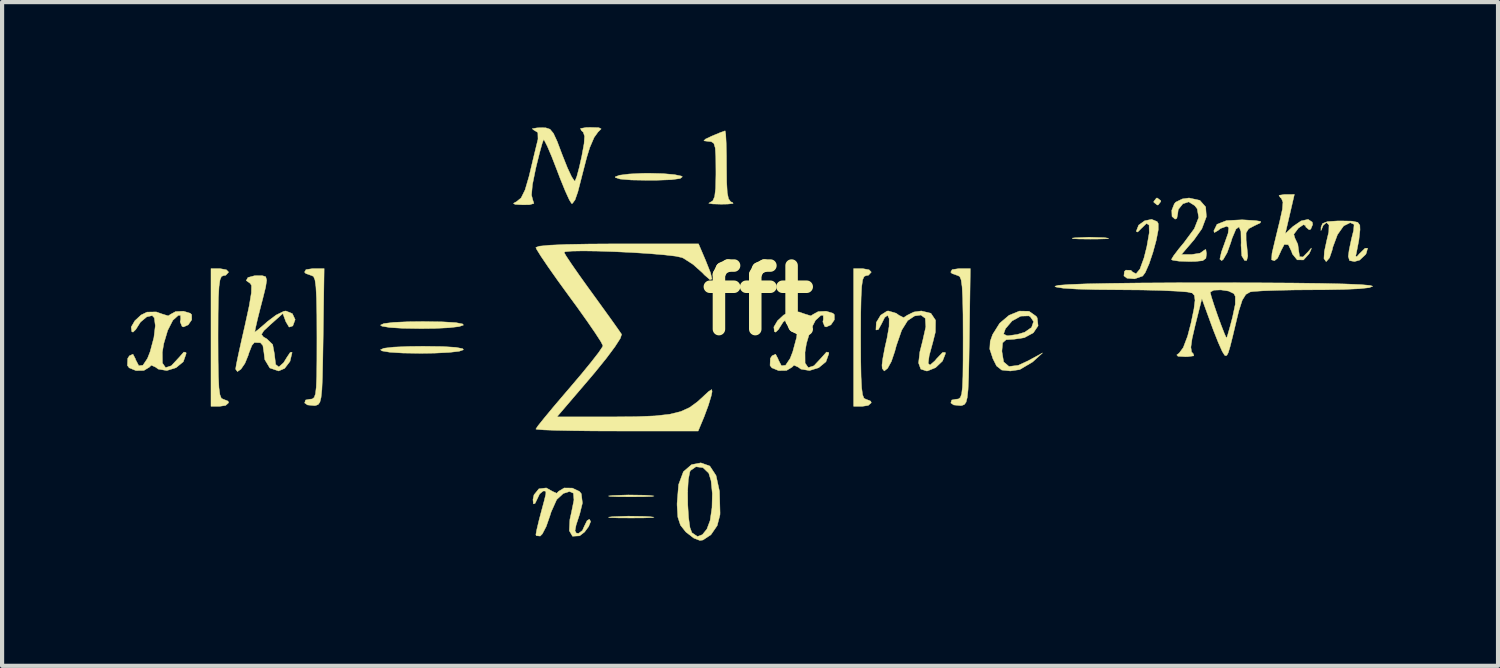
<source format=kicad_pcb>
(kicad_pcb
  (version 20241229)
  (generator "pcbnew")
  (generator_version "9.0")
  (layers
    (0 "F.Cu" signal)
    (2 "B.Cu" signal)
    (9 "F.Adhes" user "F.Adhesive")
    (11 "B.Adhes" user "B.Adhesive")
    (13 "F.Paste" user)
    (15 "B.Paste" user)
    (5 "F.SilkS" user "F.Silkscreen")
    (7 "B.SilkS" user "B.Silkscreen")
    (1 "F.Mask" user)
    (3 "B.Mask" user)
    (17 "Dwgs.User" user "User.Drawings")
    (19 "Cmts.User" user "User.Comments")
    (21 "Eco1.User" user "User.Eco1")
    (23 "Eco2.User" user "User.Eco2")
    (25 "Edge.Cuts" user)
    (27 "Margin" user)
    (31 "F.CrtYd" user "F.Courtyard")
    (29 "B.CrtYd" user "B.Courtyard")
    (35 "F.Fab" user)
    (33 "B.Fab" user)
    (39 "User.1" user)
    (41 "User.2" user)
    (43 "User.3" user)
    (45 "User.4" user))
  (footprint "fft"
    (layer "F.Cu")
    (at 15.132 4.152)
    (property "Reference" "fft" (at 0 0 0) (layer "F.SilkS") (effects (font (size 1.524 1.524) (thickness 0.3))))
    (attr through_hole)
    (fp_poly (pts (xy 9.65 -2.391) (xy 9.652 -2.371) (xy 9.588 -2.288) (xy 9.567 -2.286) (xy 9.485 -2.35) (xy 9.483 -2.371) (xy 9.547 -2.453) (xy 9.567 -2.455) (xy 9.65 -2.391)) (stroke (width 0.01) (type solid)) (fill yes) (layer "F.SilkS"))
    (fp_poly (pts (xy -2.724 4.672) (xy -2.603 4.679) (xy -2.501 4.691) (xy -2.553 4.701) (xy -2.744 4.708) (xy -3.048 4.71) (xy -3.36 4.708) (xy -3.547 4.701) (xy -3.594 4.691) (xy -3.493 4.679) (xy -3.121 4.666) (xy -2.724 4.672)) (stroke (width 0.01) (type solid)) (fill yes) (layer "F.SilkS"))
    (fp_poly (pts (xy -2.724 5.18) (xy -2.603 5.187) (xy -2.501 5.199) (xy -2.553 5.209) (xy -2.744 5.216) (xy -3.048 5.218) (xy -3.36 5.216) (xy -3.547 5.209) (xy -3.594 5.199) (xy -3.493 5.187) (xy -3.121 5.174) (xy -2.724 5.18)) (stroke (width 0.01) (type solid)) (fill yes) (layer "F.SilkS"))
    (fp_poly (pts (xy 8.283 -1.504) (xy 8.319 -1.501) (xy 8.403 -1.487) (xy 8.335 -1.476) (xy 8.13 -1.47) (xy 7.959 -1.469) (xy 7.684 -1.472) (xy 7.536 -1.481) (xy 7.531 -1.493) (xy 7.599 -1.501) (xy 7.936 -1.515) (xy 8.283 -1.504)) (stroke (width 0.01) (type solid)) (fill yes) (layer "F.SilkS"))
    (fp_poly (pts (xy -7.57 0.515) (xy -7.251 0.534) (xy -7.088 0.566) (xy -7.07 0.593) (xy -7.173 0.628) (xy -7.413 0.656) (xy -7.76 0.673) (xy -8.091 0.677) (xy -8.522 0.67) (xy -8.84 0.65) (xy -9.023 0.619) (xy -9.059 0.593) (xy -8.978 0.556) (xy -8.747 0.528) (xy -8.385 0.512) (xy -8.038 0.508) (xy -7.57 0.515)) (stroke (width 0.01) (type solid)) (fill yes) (layer "F.SilkS"))
    (fp_poly (pts (xy -7.57 1.107) (xy -7.251 1.127) (xy -7.088 1.158) (xy -7.07 1.185) (xy -7.173 1.221) (xy -7.413 1.248) (xy -7.76 1.265) (xy -8.091 1.27) (xy -8.522 1.263) (xy -8.84 1.243) (xy -9.023 1.212) (xy -9.059 1.185) (xy -8.978 1.148) (xy -8.747 1.121) (xy -8.385 1.105) (xy -8.038 1.101) (xy -7.57 1.107)) (stroke (width 0.01) (type solid)) (fill yes) (layer "F.SilkS"))
    (fp_poly (pts (xy -2.284 -3.039) (xy -2.011 -3.015) (xy -1.847 -2.981) (xy -1.82 -2.963) (xy -1.873 -2.922) (xy -2.086 -2.893) (xy -2.449 -2.88) (xy -2.625 -2.879) (xy -3.042 -2.886) (xy -3.313 -2.909) (xy -3.428 -2.946) (xy -3.429 -2.963) (xy -3.326 -3.001) (xy -3.096 -3.03) (xy -2.779 -3.046) (xy -2.625 -3.048) (xy -2.284 -3.039)) (stroke (width 0.01) (type solid)) (fill yes) (layer "F.SilkS"))
    (fp_poly (pts (xy -12.753 -0.733) (xy -12.7 -0.677) (xy -12.769 -0.602) (xy -12.827 -0.593) (xy -12.873 -0.571) (xy -12.907 -0.491) (xy -12.93 -0.332) (xy -12.945 -0.07) (xy -12.952 0.315) (xy -12.954 0.846) (xy -12.954 0.889) (xy -12.952 1.431) (xy -12.945 1.826) (xy -12.932 2.095) (xy -12.909 2.261) (xy -12.876 2.346) (xy -12.831 2.371) (xy -12.827 2.371) (xy -12.714 2.416) (xy -12.7 2.455) (xy -12.772 2.519) (xy -12.912 2.54) (xy -13.123 2.54) (xy -13.123 -0.762) (xy -12.912 -0.762) (xy -12.753 -0.733)) (stroke (width 0.01) (type solid)) (fill yes) (layer "F.SilkS"))
    (fp_poly (pts (xy 2.657 -0.733) (xy 2.709 -0.677) (xy 2.641 -0.602) (xy 2.582 -0.593) (xy 2.536 -0.571) (xy 2.502 -0.491) (xy 2.479 -0.332) (xy 2.465 -0.07) (xy 2.457 0.315) (xy 2.455 0.846) (xy 2.455 0.889) (xy 2.457 1.431) (xy 2.464 1.826) (xy 2.478 2.095) (xy 2.5 2.261) (xy 2.533 2.346) (xy 2.579 2.371) (xy 2.582 2.371) (xy 2.695 2.416) (xy 2.709 2.455) (xy 2.637 2.519) (xy 2.498 2.54) (xy 2.286 2.54) (xy 2.286 -0.762) (xy 2.498 -0.762) (xy 2.657 -0.733)) (stroke (width 0.01) (type solid)) (fill yes) (layer "F.SilkS"))
    (fp_poly (pts (xy 9.563 -1.889) (xy 9.59 -1.841) (xy 9.59 -1.691) (xy 9.542 -1.442) (xy 9.463 -1.152) (xy 9.37 -0.875) (xy 9.277 -0.665) (xy 9.216 -0.583) (xy 9.023 -0.516) (xy 8.841 -0.531) (xy 8.767 -0.587) (xy 8.779 -0.694) (xy 8.813 -0.725) (xy 8.935 -0.721) (xy 8.97 -0.684) (xy 9.057 -0.637) (xy 9.151 -0.751) (xy 9.249 -1.02) (xy 9.317 -1.292) (xy 9.374 -1.619) (xy 9.37 -1.805) (xy 9.308 -1.845) (xy 9.189 -1.73) (xy 9.188 -1.729) (xy 9.096 -1.638) (xy 9.062 -1.655) (xy 9.12 -1.804) (xy 9.264 -1.908) (xy 9.431 -1.943) (xy 9.563 -1.889)) (stroke (width 0.01) (type solid)) (fill yes) (layer "F.SilkS"))
    (fp_poly (pts (xy -0.781 -3.985) (xy -0.77 -3.773) (xy -0.763 -3.464) (xy -0.762 -3.224) (xy -0.758 -2.834) (xy -0.744 -2.581) (xy -0.714 -2.436) (xy -0.662 -2.365) (xy -0.614 -2.344) (xy -0.603 -2.323) (xy -0.732 -2.309) (xy -0.889 -2.306) (xy -1.098 -2.312) (xy -1.188 -2.329) (xy -1.164 -2.344) (xy -1.091 -2.387) (xy -1.046 -2.49) (xy -1.023 -2.687) (xy -1.016 -3.013) (xy -1.016 -3.097) (xy -1.019 -3.444) (xy -1.032 -3.655) (xy -1.066 -3.765) (xy -1.129 -3.806) (xy -1.206 -3.813) (xy -1.305 -3.826) (xy -1.266 -3.868) (xy -1.112 -3.94) (xy -0.918 -4.021) (xy -0.803 -4.063) (xy -0.795 -4.064) (xy -0.781 -3.985)) (stroke (width 0.01) (type solid)) (fill yes) (layer "F.SilkS"))
    (fp_poly (pts (xy -10.433 0.868) (xy -10.442 1.431) (xy -10.451 1.847) (xy -10.464 2.139) (xy -10.484 2.329) (xy -10.512 2.441) (xy -10.553 2.497) (xy -10.609 2.519) (xy -10.639 2.524) (xy -10.808 2.508) (xy -10.877 2.46) (xy -10.855 2.389) (xy -10.758 2.371) (xy -10.695 2.364) (xy -10.649 2.329) (xy -10.618 2.243) (xy -10.599 2.081) (xy -10.588 1.82) (xy -10.584 1.438) (xy -10.583 0.911) (xy -10.583 0.889) (xy -10.585 0.344) (xy -10.593 -0.053) (xy -10.607 -0.324) (xy -10.63 -0.49) (xy -10.664 -0.572) (xy -10.705 -0.593) (xy -10.849 -0.644) (xy -10.88 -0.677) (xy -10.846 -0.737) (xy -10.681 -0.762) (xy -10.671 -0.762) (xy -10.41 -0.762) (xy -10.433 0.868)) (stroke (width 0.01) (type solid)) (fill yes) (layer "F.SilkS"))
    (fp_poly (pts (xy 5.061 0.868) (xy 5.052 1.431) (xy 5.043 1.847) (xy 5.03 2.139) (xy 5.01 2.329) (xy 4.982 2.441) (xy 4.941 2.497) (xy 4.885 2.519) (xy 4.855 2.524) (xy 4.686 2.508) (xy 4.617 2.46) (xy 4.639 2.389) (xy 4.736 2.371) (xy 4.799 2.364) (xy 4.845 2.329) (xy 4.876 2.243) (xy 4.895 2.081) (xy 4.906 1.82) (xy 4.91 1.438) (xy 4.911 0.911) (xy 4.911 0.889) (xy 4.909 0.344) (xy 4.901 -0.053) (xy 4.887 -0.324) (xy 4.864 -0.49) (xy 4.83 -0.572) (xy 4.789 -0.593) (xy 4.645 -0.644) (xy 4.614 -0.677) (xy 4.648 -0.737) (xy 4.813 -0.762) (xy 4.823 -0.762) (xy 5.084 -0.762) (xy 5.061 0.868)) (stroke (width 0.01) (type solid)) (fill yes) (layer "F.SilkS"))
    (fp_poly (pts (xy 10.588 -2.398) (xy 10.727 -2.24) (xy 10.744 -2.006) (xy 10.636 -1.718) (xy 10.45 -1.455) (xy 10.147 -1.101) (xy 10.4 -1.101) (xy 10.594 -1.132) (xy 10.697 -1.206) (xy 10.731 -1.221) (xy 10.746 -1.122) (xy 10.733 -1.009) (xy 10.657 -0.952) (xy 10.475 -0.933) (xy 10.329 -0.931) (xy 10.088 -0.94) (xy 9.935 -0.963) (xy 9.906 -0.981) (xy 9.957 -1.068) (xy 10.087 -1.239) (xy 10.205 -1.381) (xy 10.455 -1.719) (xy 10.56 -1.986) (xy 10.525 -2.194) (xy 10.466 -2.271) (xy 10.322 -2.362) (xy 10.18 -2.316) (xy 10.07 -2.179) (xy 10.058 -2.084) (xy 10.036 -1.967) (xy 9.994 -1.947) (xy 9.92 -2.012) (xy 9.914 -2.159) (xy 9.975 -2.314) (xy 10.008 -2.354) (xy 10.166 -2.432) (xy 10.329 -2.455) (xy 10.588 -2.398)) (stroke (width 0.01) (type solid)) (fill yes) (layer "F.SilkS"))
    (fp_poly (pts (xy 11.656 -1.929) (xy 11.926 -1.912) (xy 12.046 -1.893) (xy 12.038 -1.859) (xy 11.92 -1.802) (xy 11.906 -1.796) (xy 11.758 -1.718) (xy 11.696 -1.618) (xy 11.697 -1.439) (xy 11.714 -1.303) (xy 11.736 -1.062) (xy 11.711 -0.958) (xy 11.662 -0.955) (xy 11.593 -1.066) (xy 11.575 -1.322) (xy 11.578 -1.385) (xy 11.572 -1.654) (xy 11.527 -1.762) (xy 11.453 -1.708) (xy 11.362 -1.493) (xy 11.328 -1.383) (xy 11.242 -1.144) (xy 11.15 -0.984) (xy 11.11 -0.952) (xy 11.067 -0.989) (xy 11.106 -1.163) (xy 11.173 -1.347) (xy 11.265 -1.608) (xy 11.281 -1.744) (xy 11.234 -1.778) (xy 11.082 -1.723) (xy 11.024 -1.676) (xy 10.937 -1.626) (xy 10.922 -1.666) (xy 10.999 -1.824) (xy 11.227 -1.913) (xy 11.601 -1.932) (xy 11.656 -1.929)) (stroke (width 0.01) (type solid)) (fill yes) (layer "F.SilkS"))
    (fp_poly (pts (xy -1.163 3.972) (xy -1.013 4.2) (xy -0.931 4.576) (xy -0.917 5.096) (xy -0.919 5.144) (xy -0.986 5.402) (xy -1.136 5.62) (xy -1.326 5.746) (xy -1.401 5.757) (xy -1.546 5.701) (xy -1.724 5.564) (xy -1.74 5.55) (xy -1.866 5.39) (xy -1.929 5.198) (xy -1.947 4.909) (xy -1.947 4.867) (xy -1.924 4.58) (xy -1.694 4.58) (xy -1.691 4.899) (xy -1.672 5.207) (xy -1.638 5.449) (xy -1.592 5.571) (xy -1.459 5.662) (xy -1.341 5.618) (xy -1.232 5.484) (xy -1.155 5.278) (xy -1.11 4.972) (xy -1.102 4.633) (xy -1.132 4.327) (xy -1.188 4.143) (xy -1.326 4.011) (xy -1.495 3.989) (xy -1.626 4.08) (xy -1.642 4.113) (xy -1.678 4.3) (xy -1.694 4.58) (xy -1.924 4.58) (xy -1.91 4.415) (xy -1.796 4.108) (xy -1.6 3.939) (xy -1.378 3.896) (xy -1.163 3.972)) (stroke (width 0.01) (type solid)) (fill yes) (layer "F.SilkS"))
    (fp_poly (pts (xy 14.237 -1.9) (xy 14.374 -1.871) (xy 14.424 -1.801) (xy 14.428 -1.693) (xy 14.401 -1.449) (xy 14.359 -1.228) (xy 14.325 -1.064) (xy 14.347 -1.043) (xy 14.418 -1.122) (xy 14.548 -1.249) (xy 14.61 -1.251) (xy 14.578 -1.131) (xy 14.563 -1.101) (xy 14.418 -0.965) (xy 14.295 -0.931) (xy 14.177 -0.954) (xy 14.147 -1.054) (xy 14.167 -1.206) (xy 14.221 -1.465) (xy 14.273 -1.672) (xy 14.286 -1.821) (xy 14.193 -1.863) (xy 14.035 -1.785) (xy 13.888 -1.577) (xy 13.776 -1.277) (xy 13.76 -1.206) (xy 13.697 -1.02) (xy 13.621 -0.932) (xy 13.614 -0.931) (xy 13.563 -1.003) (xy 13.574 -1.175) (xy 13.632 -1.444) (xy 13.679 -1.641) (xy 13.684 -1.806) (xy 13.625 -1.868) (xy 13.546 -1.8) (xy 13.519 -1.734) (xy 13.491 -1.672) (xy 13.493 -1.755) (xy 13.53 -1.843) (xy 13.648 -1.889) (xy 13.885 -1.904) (xy 13.971 -1.905) (xy 14.237 -1.9)) (stroke (width 0.01) (type solid)) (fill yes) (layer "F.SilkS"))
    (fp_poly (pts (xy 6.491 0.261) (xy 6.664 0.383) (xy 6.688 0.421) (xy 6.709 0.61) (xy 6.595 0.778) (xy 6.379 0.895) (xy 6.138 0.931) (xy 5.94 0.944) (xy 5.859 1.017) (xy 5.842 1.203) (xy 5.842 1.23) (xy 5.883 1.476) (xy 6.011 1.585) (xy 6.233 1.558) (xy 6.47 1.449) (xy 6.816 1.26) (xy 6.578 1.477) (xy 6.268 1.66) (xy 6.045 1.693) (xy 5.837 1.671) (xy 5.713 1.573) (xy 5.625 1.397) (xy 5.55 1.168) (xy 5.561 0.981) (xy 5.62 0.815) (xy 5.626 0.807) (xy 5.881 0.807) (xy 5.96 0.846) (xy 6.003 0.847) (xy 6.211 0.817) (xy 6.387 0.764) (xy 6.552 0.65) (xy 6.601 0.508) (xy 6.521 0.39) (xy 6.484 0.372) (xy 6.294 0.378) (xy 6.085 0.493) (xy 5.926 0.679) (xy 5.926 0.679) (xy 5.881 0.807) (xy 5.626 0.807) (xy 5.788 0.548) (xy 6.014 0.357) (xy 6.261 0.257) (xy 6.491 0.261)) (stroke (width 0.01) (type solid)) (fill yes) (layer "F.SilkS"))
    (fp_poly (pts (xy 12.745 -2.069) (xy 12.635 -1.598) (xy 12.821 -1.772) (xy 13.015 -1.905) (xy 13.183 -1.942) (xy 13.282 -1.877) (xy 13.293 -1.82) (xy 13.247 -1.708) (xy 13.208 -1.693) (xy 13.128 -1.759) (xy 13.123 -1.791) (xy 13.072 -1.815) (xy 12.952 -1.734) (xy 12.84 -1.585) (xy 12.867 -1.492) (xy 12.937 -1.344) (xy 12.954 -1.211) (xy 12.979 -1.047) (xy 13.06 -1.041) (xy 13.182 -1.164) (xy 13.261 -1.254) (xy 13.252 -1.212) (xy 13.207 -1.117) (xy 13.073 -0.97) (xy 12.922 -0.971) (xy 12.806 -1.113) (xy 12.788 -1.17) (xy 12.709 -1.335) (xy 12.612 -1.341) (xy 12.532 -1.188) (xy 12.528 -1.175) (xy 12.451 -1.011) (xy 12.376 -0.95) (xy 12.308 -0.972) (xy 12.317 -1.122) (xy 12.324 -1.156) (xy 12.375 -1.372) (xy 12.448 -1.674) (xy 12.503 -1.897) (xy 12.567 -2.186) (xy 12.58 -2.355) (xy 12.543 -2.444) (xy 12.515 -2.467) (xy 12.485 -2.519) (xy 12.617 -2.539) (xy 12.629 -2.539) (xy 12.854 -2.54) (xy 12.745 -2.069)) (stroke (width 0.01) (type solid)) (fill yes) (layer "F.SilkS"))
    (fp_poly (pts (xy -4.937 4.579) (xy -4.835 4.626) (xy -4.788 4.579) (xy -4.653 4.498) (xy -4.459 4.501) (xy -4.289 4.581) (xy -4.244 4.636) (xy -4.217 4.86) (xy -4.282 5.123) (xy -4.368 5.385) (xy -4.395 5.525) (xy -4.364 5.58) (xy -4.31 5.588) (xy -4.216 5.517) (xy -4.173 5.419) (xy -4.105 5.281) (xy -4.051 5.249) (xy -4.019 5.302) (xy -4.068 5.423) (xy -4.166 5.555) (xy -4.281 5.644) (xy -4.287 5.646) (xy -4.454 5.656) (xy -4.531 5.524) (xy -4.518 5.256) (xy -4.481 5.089) (xy -4.42 4.787) (xy -4.433 4.624) (xy -4.527 4.583) (xy -4.675 4.63) (xy -4.834 4.777) (xy -4.967 5.073) (xy -4.996 5.166) (xy -5.085 5.421) (xy -5.178 5.6) (xy -5.23 5.652) (xy -5.324 5.642) (xy -5.333 5.616) (xy -5.312 5.501) (xy -5.259 5.278) (xy -5.207 5.08) (xy -5.132 4.801) (xy -5.095 4.648) (xy -5.093 4.584) (xy -5.122 4.571) (xy -5.159 4.572) (xy -5.244 4.642) (xy -5.294 4.748) (xy -5.353 4.869) (xy -5.392 4.881) (xy -5.403 4.777) (xy -5.378 4.663) (xy -5.261 4.519) (xy -5.083 4.497) (xy -4.937 4.579)) (stroke (width 0.01) (type solid)) (fill yes) (layer "F.SilkS"))
    (fp_poly (pts (xy 4.138 0.309) (xy 4.25 0.476) (xy 4.246 0.762) (xy 4.19 0.986) (xy 4.098 1.324) (xy 4.073 1.511) (xy 4.117 1.552) (xy 4.23 1.454) (xy 4.278 1.397) (xy 4.42 1.249) (xy 4.483 1.247) (xy 4.487 1.278) (xy 4.417 1.455) (xy 4.251 1.613) (xy 4.057 1.692) (xy 4.034 1.693) (xy 3.896 1.648) (xy 3.843 1.501) (xy 3.874 1.234) (xy 3.94 0.975) (xy 4.017 0.634) (xy 4.004 0.43) (xy 3.899 0.352) (xy 3.747 0.374) (xy 3.581 0.485) (xy 3.439 0.714) (xy 3.31 1.085) (xy 3.273 1.223) (xy 3.191 1.465) (xy 3.1 1.63) (xy 3.02 1.693) (xy 2.972 1.633) (xy 2.966 1.552) (xy 2.987 1.387) (xy 3.037 1.125) (xy 3.086 0.91) (xy 3.136 0.628) (xy 3.138 0.437) (xy 3.1 0.358) (xy 3.03 0.411) (xy 2.953 0.566) (xy 2.878 0.701) (xy 2.824 0.71) (xy 2.821 0.703) (xy 2.83 0.529) (xy 2.935 0.355) (xy 3.086 0.258) (xy 3.119 0.254) (xy 3.306 0.309) (xy 3.37 0.356) (xy 3.485 0.414) (xy 3.573 0.356) (xy 3.729 0.279) (xy 3.909 0.254) (xy 4.138 0.309)) (stroke (width 0.01) (type solid)) (fill yes) (layer "F.SilkS"))
    (fp_poly (pts (xy -13.622 0.308) (xy -13.587 0.342) (xy -13.585 0.466) (xy -13.669 0.587) (xy -13.781 0.637) (xy -13.816 0.626) (xy -13.862 0.515) (xy -13.849 0.45) (xy -13.853 0.358) (xy -13.906 0.359) (xy -14.038 0.478) (xy -14.161 0.719) (xy -14.255 1.035) (xy -14.29 1.243) (xy -14.287 1.504) (xy -14.211 1.613) (xy -14.074 1.568) (xy -13.895 1.376) (xy -13.774 1.239) (xy -13.722 1.25) (xy -13.719 1.278) (xy -13.787 1.472) (xy -13.962 1.615) (xy -14.182 1.683) (xy -14.388 1.648) (xy -14.452 1.601) (xy -14.554 1.555) (xy -14.6 1.601) (xy -14.732 1.681) (xy -14.922 1.684) (xy -15.084 1.618) (xy -15.127 1.561) (xy -15.12 1.392) (xy -15.079 1.329) (xy -14.994 1.291) (xy -14.935 1.403) (xy -14.93 1.423) (xy -14.854 1.568) (xy -14.755 1.556) (xy -14.646 1.393) (xy -14.583 1.233) (xy -14.492 0.892) (xy -14.458 0.608) (xy -14.482 0.419) (xy -14.532 0.365) (xy -14.663 0.395) (xy -14.814 0.521) (xy -14.922 0.691) (xy -14.925 0.697) (xy -14.993 0.762) (xy -15.023 0.749) (xy -15.036 0.639) (xy -14.949 0.489) (xy -14.8 0.351) (xy -14.656 0.281) (xy -14.435 0.277) (xy -14.3 0.325) (xy -14.148 0.372) (xy -14.096 0.337) (xy -13.972 0.269) (xy -13.783 0.26) (xy -13.622 0.308)) (stroke (width 0.01) (type solid)) (fill yes) (layer "F.SilkS"))
    (fp_poly (pts (xy 1.788 0.308) (xy 1.823 0.342) (xy 1.824 0.466) (xy 1.741 0.587) (xy 1.628 0.637) (xy 1.593 0.626) (xy 1.548 0.515) (xy 1.561 0.45) (xy 1.557 0.358) (xy 1.503 0.359) (xy 1.371 0.478) (xy 1.248 0.719) (xy 1.154 1.035) (xy 1.12 1.243) (xy 1.122 1.504) (xy 1.198 1.613) (xy 1.335 1.568) (xy 1.514 1.376) (xy 1.636 1.239) (xy 1.688 1.25) (xy 1.691 1.278) (xy 1.622 1.472) (xy 1.448 1.615) (xy 1.228 1.683) (xy 1.021 1.648) (xy 0.958 1.601) (xy 0.856 1.555) (xy 0.809 1.601) (xy 0.677 1.681) (xy 0.487 1.684) (xy 0.326 1.618) (xy 0.282 1.561) (xy 0.289 1.392) (xy 0.33 1.329) (xy 0.415 1.291) (xy 0.474 1.403) (xy 0.479 1.423) (xy 0.555 1.568) (xy 0.654 1.556) (xy 0.764 1.393) (xy 0.826 1.233) (xy 0.918 0.892) (xy 0.952 0.608) (xy 0.927 0.419) (xy 0.878 0.365) (xy 0.746 0.395) (xy 0.595 0.521) (xy 0.487 0.691) (xy 0.485 0.697) (xy 0.417 0.762) (xy 0.387 0.749) (xy 0.373 0.639) (xy 0.461 0.489) (xy 0.609 0.351) (xy 0.754 0.281) (xy 0.974 0.277) (xy 1.11 0.325) (xy 1.261 0.372) (xy 1.313 0.337) (xy 1.437 0.269) (xy 1.627 0.26) (xy 1.788 0.308)) (stroke (width 0.01) (type solid)) (fill yes) (layer "F.SilkS"))
    (fp_poly (pts (xy -3.824 -4.141) (xy -3.767 -4.112) (xy -3.832 -4.047) (xy -3.839 -4.042) (xy -3.937 -3.906) (xy -4.042 -3.662) (xy -4.114 -3.428) (xy -4.201 -3.092) (xy -4.284 -2.768) (xy -4.327 -2.601) (xy -4.394 -2.409) (xy -4.46 -2.321) (xy -4.477 -2.322) (xy -4.533 -2.414) (xy -4.631 -2.629) (xy -4.753 -2.929) (xy -4.828 -3.126) (xy -4.953 -3.448) (xy -5.058 -3.695) (xy -5.129 -3.835) (xy -5.149 -3.854) (xy -5.183 -3.76) (xy -5.243 -3.544) (xy -5.317 -3.246) (xy -5.338 -3.159) (xy -5.416 -2.773) (xy -5.438 -2.525) (xy -5.404 -2.395) (xy -5.402 -2.393) (xy -5.38 -2.324) (xy -5.484 -2.294) (xy -5.641 -2.291) (xy -5.833 -2.301) (xy -5.871 -2.328) (xy -5.796 -2.367) (xy -5.687 -2.457) (xy -5.592 -2.649) (xy -5.497 -2.973) (xy -5.476 -3.06) (xy -5.398 -3.389) (xy -5.329 -3.674) (xy -5.284 -3.857) (xy -5.282 -3.866) (xy -5.286 -4.025) (xy -5.39 -4.089) (xy -5.42 -4.116) (xy -5.306 -4.136) (xy -5.245 -4.139) (xy -5.098 -4.138) (xy -4.995 -4.104) (xy -4.912 -4.005) (xy -4.822 -3.811) (xy -4.701 -3.49) (xy -4.695 -3.475) (xy -4.577 -3.179) (xy -4.476 -2.964) (xy -4.408 -2.863) (xy -4.394 -2.862) (xy -4.351 -2.97) (xy -4.291 -3.194) (xy -4.232 -3.458) (xy -4.177 -3.758) (xy -4.165 -3.936) (xy -4.197 -4.032) (xy -4.241 -4.071) (xy -4.264 -4.121) (xy -4.127 -4.145) (xy -4.027 -4.147) (xy -3.824 -4.141)) (stroke (width 0.01) (type solid)) (fill yes) (layer "F.SilkS"))
    (fp_poly (pts (xy -11.888 -0.591) (xy -11.811 -0.566) (xy -11.788 -0.485) (xy -11.813 -0.317) (xy -11.884 -0.031) (xy -11.931 0.148) (xy -12.005 0.442) (xy -12.055 0.659) (xy -12.073 0.759) (xy -12.072 0.762) (xy -12.004 0.711) (xy -11.853 0.583) (xy -11.769 0.508) (xy -11.561 0.352) (xy -11.377 0.262) (xy -11.327 0.254) (xy -11.172 0.318) (xy -11.105 0.461) (xy -11.161 0.612) (xy -11.162 0.613) (xy -11.25 0.641) (xy -11.326 0.514) (xy -11.328 0.51) (xy -11.4 0.315) (xy -11.685 0.569) (xy -11.856 0.727) (xy -11.912 0.816) (xy -11.866 0.877) (xy -11.785 0.923) (xy -11.644 1.059) (xy -11.6 1.294) (xy -11.599 1.315) (xy -11.572 1.537) (xy -11.496 1.597) (xy -11.381 1.494) (xy -11.309 1.376) (xy -11.224 1.249) (xy -11.18 1.244) (xy -11.179 1.254) (xy -11.229 1.463) (xy -11.357 1.631) (xy -11.501 1.693) (xy -11.713 1.621) (xy -11.833 1.42) (xy -11.853 1.253) (xy -11.879 1.082) (xy -11.938 1.016) (xy -12.077 1.011) (xy -12.083 1.011) (xy -12.142 1.08) (xy -12.213 1.26) (xy -12.232 1.322) (xy -12.309 1.51) (xy -12.405 1.65) (xy -12.489 1.708) (xy -12.531 1.651) (xy -12.531 1.637) (xy -12.514 1.531) (xy -12.465 1.296) (xy -12.392 0.966) (xy -12.308 0.597) (xy -12.207 0.134) (xy -12.155 -0.179) (xy -12.151 -0.355) (xy -12.18 -0.405) (xy -12.278 -0.475) (xy -12.237 -0.548) (xy -12.082 -0.59) (xy -12.023 -0.593) (xy -11.888 -0.591)) (stroke (width 0.01) (type solid)) (fill yes) (layer "F.SilkS"))
    (fp_poly (pts (xy -1.267 -0.967) (xy -1.148 -0.668) (xy -1.111 -0.513) (xy -1.158 -0.495) (xy -1.29 -0.609) (xy -1.345 -0.667) (xy -1.564 -0.862) (xy -1.792 -1.009) (xy -1.832 -1.027) (xy -1.983 -1.06) (xy -2.252 -1.091) (xy -2.606 -1.121) (xy -3.011 -1.147) (xy -3.434 -1.167) (xy -3.842 -1.181) (xy -4.199 -1.186) (xy -4.474 -1.181) (xy -4.632 -1.166) (xy -4.657 -1.151) (xy -4.609 -1.066) (xy -4.48 -0.872) (xy -4.288 -0.596) (xy -4.05 -0.264) (xy -3.995 -0.189) (xy -3.745 0.157) (xy -3.529 0.456) (xy -3.368 0.683) (xy -3.283 0.806) (xy -3.277 0.815) (xy -3.309 0.912) (xy -3.437 1.111) (xy -3.645 1.39) (xy -3.916 1.725) (xy -4.024 1.853) (xy -4.829 2.794) (xy -3.536 2.794) (xy -2.935 2.789) (xy -2.475 2.77) (xy -2.126 2.731) (xy -1.861 2.666) (xy -1.649 2.57) (xy -1.464 2.436) (xy -1.37 2.351) (xy -1.196 2.189) (xy -1.117 2.138) (xy -1.108 2.19) (xy -1.129 2.291) (xy -1.197 2.516) (xy -1.296 2.783) (xy -1.311 2.82) (xy -1.442 3.133) (xy -3.388 3.133) (xy -3.942 3.131) (xy -4.434 3.125) (xy -4.841 3.117) (xy -5.14 3.106) (xy -5.307 3.093) (xy -5.334 3.086) (xy -5.282 3.008) (xy -5.137 2.827) (xy -4.921 2.566) (xy -4.652 2.25) (xy -4.53 2.108) (xy -4.244 1.771) (xy -4.003 1.476) (xy -3.826 1.248) (xy -3.734 1.111) (xy -3.725 1.087) (xy -3.773 0.992) (xy -3.906 0.786) (xy -4.106 0.495) (xy -4.356 0.144) (xy -4.53 -0.093) (xy -4.803 -0.469) (xy -5.036 -0.799) (xy -5.212 -1.059) (xy -5.315 -1.225) (xy -5.334 -1.269) (xy -5.251 -1.299) (xy -5.004 -1.323) (xy -4.603 -1.341) (xy -4.052 -1.351) (xy -3.384 -1.355) (xy -1.433 -1.355) (xy -1.267 -0.967)) (stroke (width 0.01) (type solid)) (fill yes) (layer "F.SilkS"))
    (fp_poly (pts (xy 11.934 -0.421) (xy 12.796 -0.416) (xy 13.503 -0.407) (xy 14.054 -0.394) (xy 14.444 -0.378) (xy 14.67 -0.358) (xy 14.732 -0.339) (xy 14.65 -0.305) (xy 14.411 -0.279) (xy 14.03 -0.262) (xy 13.519 -0.253) (xy 13.356 -0.253) (xy 12.877 -0.25) (xy 12.448 -0.241) (xy 12.1 -0.229) (xy 11.868 -0.213) (xy 11.797 -0.203) (xy 11.69 -0.142) (xy 11.604 -0.004) (xy 11.523 0.247) (xy 11.472 0.453) (xy 11.378 0.849) (xy 11.313 1.108) (xy 11.268 1.256) (xy 11.234 1.319) (xy 11.202 1.326) (xy 11.182 1.316) (xy 11.124 1.223) (xy 11.029 1.009) (xy 10.913 0.717) (xy 10.876 0.617) (xy 10.636 -0.041) (xy 10.478 0.586) (xy 10.401 0.918) (xy 10.372 1.124) (xy 10.39 1.238) (xy 10.431 1.282) (xy 10.443 1.33) (xy 10.297 1.35) (xy 10.245 1.351) (xy 10.064 1.341) (xy 10.034 1.308) (xy 10.091 1.266) (xy 10.19 1.132) (xy 10.294 0.858) (xy 10.377 0.54) (xy 10.446 0.206) (xy 10.472 -0.001) (xy 10.457 -0.118) (xy 10.403 -0.178) (xy 10.338 -0.191) (xy 10.837 -0.191) (xy 10.863 -0.087) (xy 10.927 0.112) (xy 11.012 0.36) (xy 11.102 0.606) (xy 11.179 0.803) (xy 11.224 0.902) (xy 11.229 0.906) (xy 11.257 0.822) (xy 11.314 0.621) (xy 11.37 0.409) (xy 11.437 0.094) (xy 11.438 -0.094) (xy 11.403 -0.162) (xy 11.276 -0.223) (xy 11.092 -0.251) (xy 10.923 -0.244) (xy 10.838 -0.199) (xy 10.837 -0.191) (xy 10.338 -0.191) (xy 10.285 -0.201) (xy 10.026 -0.221) (xy 9.656 -0.238) (xy 9.202 -0.249) (xy 8.7 -0.253) (xy 8.103 -0.258) (xy 7.636 -0.271) (xy 7.311 -0.292) (xy 7.138 -0.32) (xy 7.112 -0.339) (xy 7.196 -0.361) (xy 7.446 -0.38) (xy 7.86 -0.396) (xy 8.433 -0.408) (xy 9.163 -0.417) (xy 10.046 -0.422) (xy 10.922 -0.423) (xy 11.934 -0.421)) (stroke (width 0.01) (type solid)) (fill yes) (layer "F.SilkS")))
  (gr_rect
    (start -3 -3)
    (end 32.869 12.915)
    (stroke (width 0.1) (type default))
    (fill no)
    (layer "Edge.Cuts")))
</source>
